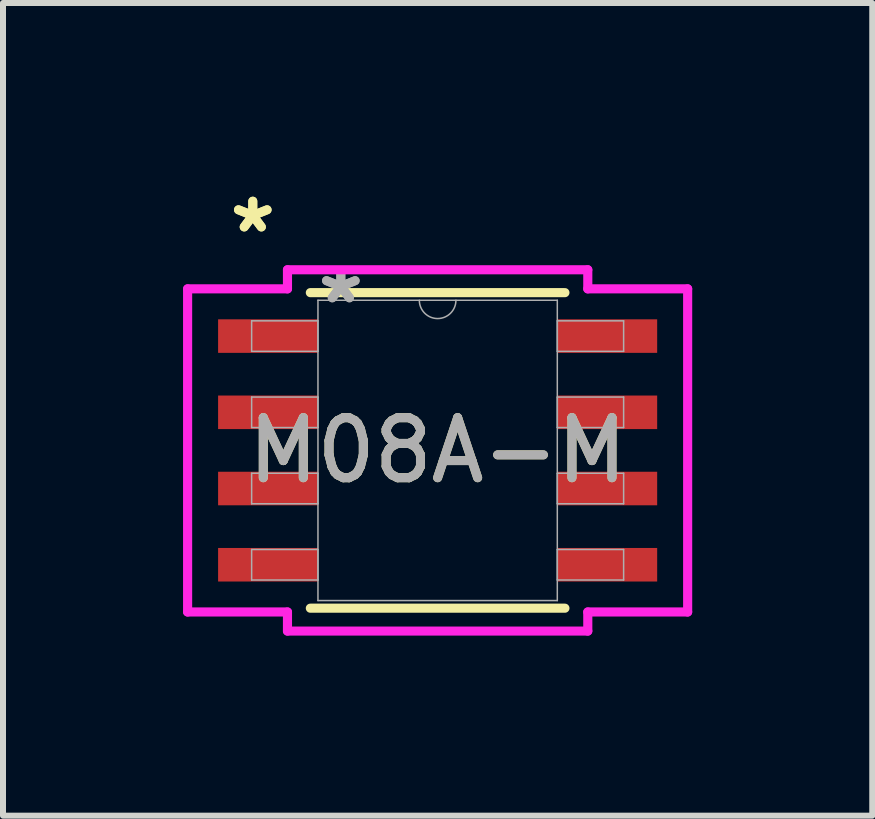
<source format=kicad_pcb>
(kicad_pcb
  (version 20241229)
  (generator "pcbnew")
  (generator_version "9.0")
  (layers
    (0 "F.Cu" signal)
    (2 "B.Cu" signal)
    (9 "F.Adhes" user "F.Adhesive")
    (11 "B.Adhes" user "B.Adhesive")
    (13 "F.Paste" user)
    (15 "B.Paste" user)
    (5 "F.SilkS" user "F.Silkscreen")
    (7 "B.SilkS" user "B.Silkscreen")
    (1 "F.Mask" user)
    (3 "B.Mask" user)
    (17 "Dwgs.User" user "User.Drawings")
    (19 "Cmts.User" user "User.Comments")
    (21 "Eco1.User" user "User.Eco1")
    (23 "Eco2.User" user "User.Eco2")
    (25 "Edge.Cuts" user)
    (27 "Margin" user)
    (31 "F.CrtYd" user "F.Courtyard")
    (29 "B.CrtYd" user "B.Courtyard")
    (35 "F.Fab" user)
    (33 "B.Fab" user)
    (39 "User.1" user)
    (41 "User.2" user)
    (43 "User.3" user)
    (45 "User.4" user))
  (footprint "M08A-M"
    (layer "F.Cu")
    (at 4.242 4.455)
    (property "Reference" "M08A-M" (at 0 0 0) (unlocked yes) (layer "F.SilkS") (effects (font (size 1 1) (thickness 0.15))))
    (attr smd)
    (fp_line (start -2.121 2.629) (end 2.121 2.629) (stroke (width 0.152) (type solid)) (layer "F.SilkS"))
    (fp_line (start 2.121 -2.629) (end -2.121 -2.629) (stroke (width 0.152) (type solid)) (layer "F.SilkS"))
    (fp_line (start -4.166 -2.692) (end -2.502 -2.692) (stroke (width 0.152) (type solid)) (layer "F.CrtYd"))
    (fp_line (start -4.166 2.692) (end -4.166 -2.692) (stroke (width 0.152) (type solid)) (layer "F.CrtYd"))
    (fp_line (start -4.166 2.692) (end -2.502 2.692) (stroke (width 0.152) (type solid)) (layer "F.CrtYd"))
    (fp_line (start -2.502 -3.01) (end 2.502 -3.01) (stroke (width 0.152) (type solid)) (layer "F.CrtYd"))
    (fp_line (start -2.502 -2.692) (end -2.502 -3.01) (stroke (width 0.152) (type solid)) (layer "F.CrtYd"))
    (fp_line (start -2.502 3.01) (end -2.502 2.692) (stroke (width 0.152) (type solid)) (layer "F.CrtYd"))
    (fp_line (start 2.502 -3.01) (end 2.502 -2.692) (stroke (width 0.152) (type solid)) (layer "F.CrtYd"))
    (fp_line (start 2.502 2.692) (end 2.502 3.01) (stroke (width 0.152) (type solid)) (layer "F.CrtYd"))
    (fp_line (start 2.502 3.01) (end -2.502 3.01) (stroke (width 0.152) (type solid)) (layer "F.CrtYd"))
    (fp_line (start 4.166 -2.692) (end 2.502 -2.692) (stroke (width 0.152) (type solid)) (layer "F.CrtYd"))
    (fp_line (start 4.166 -2.692) (end 4.166 2.692) (stroke (width 0.152) (type solid)) (layer "F.CrtYd"))
    (fp_line (start 4.166 2.692) (end 2.502 2.692) (stroke (width 0.152) (type solid)) (layer "F.CrtYd"))
    (fp_line (start -3.099 -2.159) (end -3.099 -1.651) (stroke (width 0.025) (type solid)) (layer "F.Fab"))
    (fp_line (start -3.099 -1.651) (end -1.994 -1.651) (stroke (width 0.025) (type solid)) (layer "F.Fab"))
    (fp_line (start -3.099 -0.889) (end -3.099 -0.381) (stroke (width 0.025) (type solid)) (layer "F.Fab"))
    (fp_line (start -3.099 -0.381) (end -1.994 -0.381) (stroke (width 0.025) (type solid)) (layer "F.Fab"))
    (fp_line (start -3.099 0.381) (end -3.099 0.889) (stroke (width 0.025) (type solid)) (layer "F.Fab"))
    (fp_line (start -3.099 0.889) (end -1.994 0.889) (stroke (width 0.025) (type solid)) (layer "F.Fab"))
    (fp_line (start -3.099 1.651) (end -3.099 2.159) (stroke (width 0.025) (type solid)) (layer "F.Fab"))
    (fp_line (start -3.099 2.159) (end -1.994 2.159) (stroke (width 0.025) (type solid)) (layer "F.Fab"))
    (fp_line (start -1.994 -2.502) (end -1.994 2.502) (stroke (width 0.025) (type solid)) (layer "F.Fab"))
    (fp_line (start -1.994 -2.159) (end -3.099 -2.159) (stroke (width 0.025) (type solid)) (layer "F.Fab"))
    (fp_line (start -1.994 -1.651) (end -1.994 -2.159) (stroke (width 0.025) (type solid)) (layer "F.Fab"))
    (fp_line (start -1.994 -0.889) (end -3.099 -0.889) (stroke (width 0.025) (type solid)) (layer "F.Fab"))
    (fp_line (start -1.994 -0.381) (end -1.994 -0.889) (stroke (width 0.025) (type solid)) (layer "F.Fab"))
    (fp_line (start -1.994 0.381) (end -3.099 0.381) (stroke (width 0.025) (type solid)) (layer "F.Fab"))
    (fp_line (start -1.994 0.889) (end -1.994 0.381) (stroke (width 0.025) (type solid)) (layer "F.Fab"))
    (fp_line (start -1.994 1.651) (end -3.099 1.651) (stroke (width 0.025) (type solid)) (layer "F.Fab"))
    (fp_line (start -1.994 2.159) (end -1.994 1.651) (stroke (width 0.025) (type solid)) (layer "F.Fab"))
    (fp_line (start -1.994 2.502) (end 1.994 2.502) (stroke (width 0.025) (type solid)) (layer "F.Fab"))
    (fp_line (start 1.994 -2.502) (end -1.994 -2.502) (stroke (width 0.025) (type solid)) (layer "F.Fab"))
    (fp_line (start 1.994 -2.159) (end 1.994 -1.651) (stroke (width 0.025) (type solid)) (layer "F.Fab"))
    (fp_line (start 1.994 -1.651) (end 3.099 -1.651) (stroke (width 0.025) (type solid)) (layer "F.Fab"))
    (fp_line (start 1.994 -0.889) (end 1.994 -0.381) (stroke (width 0.025) (type solid)) (layer "F.Fab"))
    (fp_line (start 1.994 -0.381) (end 3.099 -0.381) (stroke (width 0.025) (type solid)) (layer "F.Fab"))
    (fp_line (start 1.994 0.381) (end 1.994 0.889) (stroke (width 0.025) (type solid)) (layer "F.Fab"))
    (fp_line (start 1.994 0.889) (end 3.099 0.889) (stroke (width 0.025) (type solid)) (layer "F.Fab"))
    (fp_line (start 1.994 1.651) (end 1.994 2.159) (stroke (width 0.025) (type solid)) (layer "F.Fab"))
    (fp_line (start 1.994 2.159) (end 3.099 2.159) (stroke (width 0.025) (type solid)) (layer "F.Fab"))
    (fp_line (start 1.994 2.502) (end 1.994 -2.502) (stroke (width 0.025) (type solid)) (layer "F.Fab"))
    (fp_line (start 3.099 -2.159) (end 1.994 -2.159) (stroke (width 0.025) (type solid)) (layer "F.Fab"))
    (fp_line (start 3.099 -1.651) (end 3.099 -2.159) (stroke (width 0.025) (type solid)) (layer "F.Fab"))
    (fp_line (start 3.099 -0.889) (end 1.994 -0.889) (stroke (width 0.025) (type solid)) (layer "F.Fab"))
    (fp_line (start 3.099 -0.381) (end 3.099 -0.889) (stroke (width 0.025) (type solid)) (layer "F.Fab"))
    (fp_line (start 3.099 0.381) (end 1.994 0.381) (stroke (width 0.025) (type solid)) (layer "F.Fab"))
    (fp_line (start 3.099 0.889) (end 3.099 0.381) (stroke (width 0.025) (type solid)) (layer "F.Fab"))
    (fp_line (start 3.099 1.651) (end 1.994 1.651) (stroke (width 0.025) (type solid)) (layer "F.Fab"))
    (fp_line (start 3.099 2.159) (end 3.099 1.651) (stroke (width 0.025) (type solid)) (layer "F.Fab"))
    (fp_arc (start 0.3048 -2.5019) (mid 0 -2.1971) (end -0.3048 -2.5019) (stroke (width 0.0254) (type solid)) (layer "F.Fab"))
    (fp_text user "*" (at -3.08 -3.607 0) (unlocked yes) (layer "F.SilkS") (effects (font (size 1 1) (thickness 0.15))))
    (fp_text user "*" (at -3.08 -3.607 0) (layer "F.SilkS") (effects (font (size 1 1) (thickness 0.15))))
    (fp_text user "*" (at -1.613 -2.426 0) (layer "F.Fab") (effects (font (size 1 1) (thickness 0.15))))
    (fp_text user "${REFERENCE}" (at 0 0 0) (unlocked yes) (layer "F.Fab") (effects (font (size 1 1) (thickness 0.15))))
    (fp_text user "*" (at -1.613 -2.426 0) (unlocked yes) (layer "F.Fab") (effects (font (size 1 1) (thickness 0.15))))
    (pad "1" smd rect (at -2.826 -1.905) (size 1.664 0.559) (layers "F.Cu" "F.Mask" "F.Paste"))
    (pad "2" smd rect (at -2.826 -0.635) (size 1.664 0.559) (layers "F.Cu" "F.Mask" "F.Paste"))
    (pad "3" smd rect (at -2.826 0.635) (size 1.664 0.559) (layers "F.Cu" "F.Mask" "F.Paste"))
    (pad "4" smd rect (at -2.826 1.905) (size 1.664 0.559) (layers "F.Cu" "F.Mask" "F.Paste"))
    (pad "5" smd rect (at 2.826 1.905) (size 1.664 0.559) (layers "F.Cu" "F.Mask" "F.Paste"))
    (pad "6" smd rect (at 2.826 0.635) (size 1.664 0.559) (layers "F.Cu" "F.Mask" "F.Paste"))
    (pad "7" smd rect (at 2.826 -0.635) (size 1.664 0.559) (layers "F.Cu" "F.Mask" "F.Paste"))
    (pad "8" smd rect (at 2.826 -1.905) (size 1.664 0.559) (layers "F.Cu" "F.Mask" "F.Paste")))
  (gr_rect
    (start -3 -3)
    (end 11.484 10.541)
    (stroke (width 0.1) (type default))
    (fill no)
    (layer "Edge.Cuts")))
</source>
